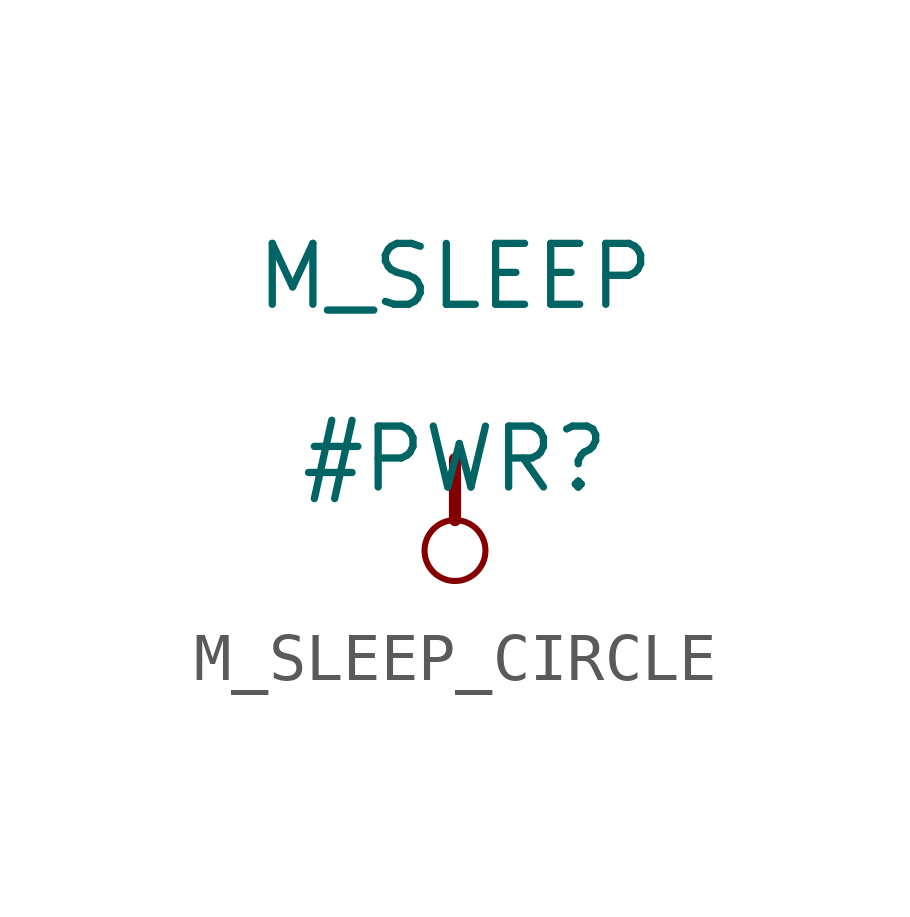
<source format=kicad_sym>
(kicad_symbol_lib
  (version 20231120)
  (generator "kicad_symbol_editor")
  (generator_version "8.0")
  (symbol "M_SLEEP_CIRCLE"
    (power)
    (property "Reference" "#PWR"
      (at 0 0 0)
      (effects (font (size 1.27 1.27))))
    (property "Value" "M_SLEEP"
      (at 0 3.81 0)
      (effects (font (size 1.27 1.27))))
    (symbol "M_SLEEP_CIRCLE_0_0"
      (circle (center 0 -1.905) (radius 0.635) (stroke (width 0.127) (type solid)) (fill (type none)))
      (polyline (pts (xy 0 0) (xy 0 -1.27)) (stroke (width 0.254) (type solid)) (fill (type none)))
      (pin power_in line (at 0 0 0) (length 0) hide (name "M_SLEEP" (effects (font (size 1.27 1.27)))) (number "" (effects (font (size 1.27 1.27))))))))
</source>
